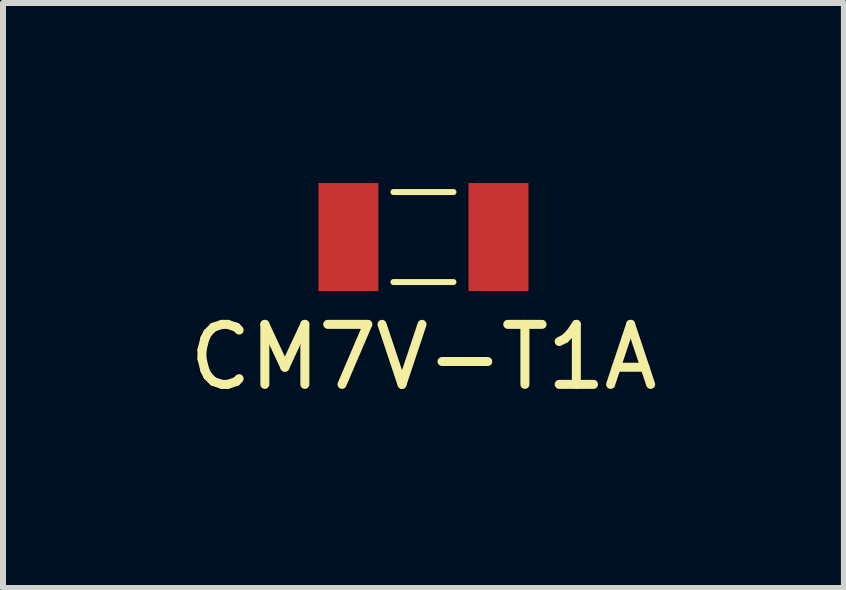
<source format=kicad_pcb>
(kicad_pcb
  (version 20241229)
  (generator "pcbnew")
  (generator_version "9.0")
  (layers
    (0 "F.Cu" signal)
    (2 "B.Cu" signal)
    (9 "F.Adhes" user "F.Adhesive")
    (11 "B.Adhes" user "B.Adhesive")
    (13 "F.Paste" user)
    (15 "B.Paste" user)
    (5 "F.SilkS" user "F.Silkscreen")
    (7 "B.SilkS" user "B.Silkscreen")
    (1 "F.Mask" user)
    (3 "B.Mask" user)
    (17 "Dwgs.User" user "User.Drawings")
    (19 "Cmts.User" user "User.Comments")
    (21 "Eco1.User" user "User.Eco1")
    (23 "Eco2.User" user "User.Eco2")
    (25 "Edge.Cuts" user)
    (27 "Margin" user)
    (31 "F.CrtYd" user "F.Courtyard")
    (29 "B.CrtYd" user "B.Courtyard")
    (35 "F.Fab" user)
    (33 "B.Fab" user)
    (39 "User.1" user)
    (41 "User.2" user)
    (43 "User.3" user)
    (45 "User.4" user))
  (footprint "CM7V-T1A"
    (layer "F.Cu")
    (at 4.006 0.9)
    (property "Reference" "CM7V-T1A" (at 0 2 0) (layer "F.SilkS") (effects (font (size 1 1) (thickness 0.15))))
    (attr smd)
    (fp_line (start -0.5 -0.75) (end 0.5 -0.75) (stroke (width 0.1) (type solid)) (layer "F.SilkS"))
    (fp_line (start -0.5 0.75) (end 0.5 0.75) (stroke (width 0.1) (type solid)) (layer "F.SilkS"))
    (pad "1" smd rect (at -1.25 0 180) (size 1 1.8) (layers "F.Cu" "F.Mask" "F.Paste"))
    (pad "2" smd rect (at 1.25 0 180) (size 1 1.8) (layers "F.Cu" "F.Mask" "F.Paste")))
  (gr_rect
    (start -3 -3)
    (end 11.012 6.748)
    (stroke (width 0.1) (type default))
    (fill no)
    (layer "Edge.Cuts")))
</source>
